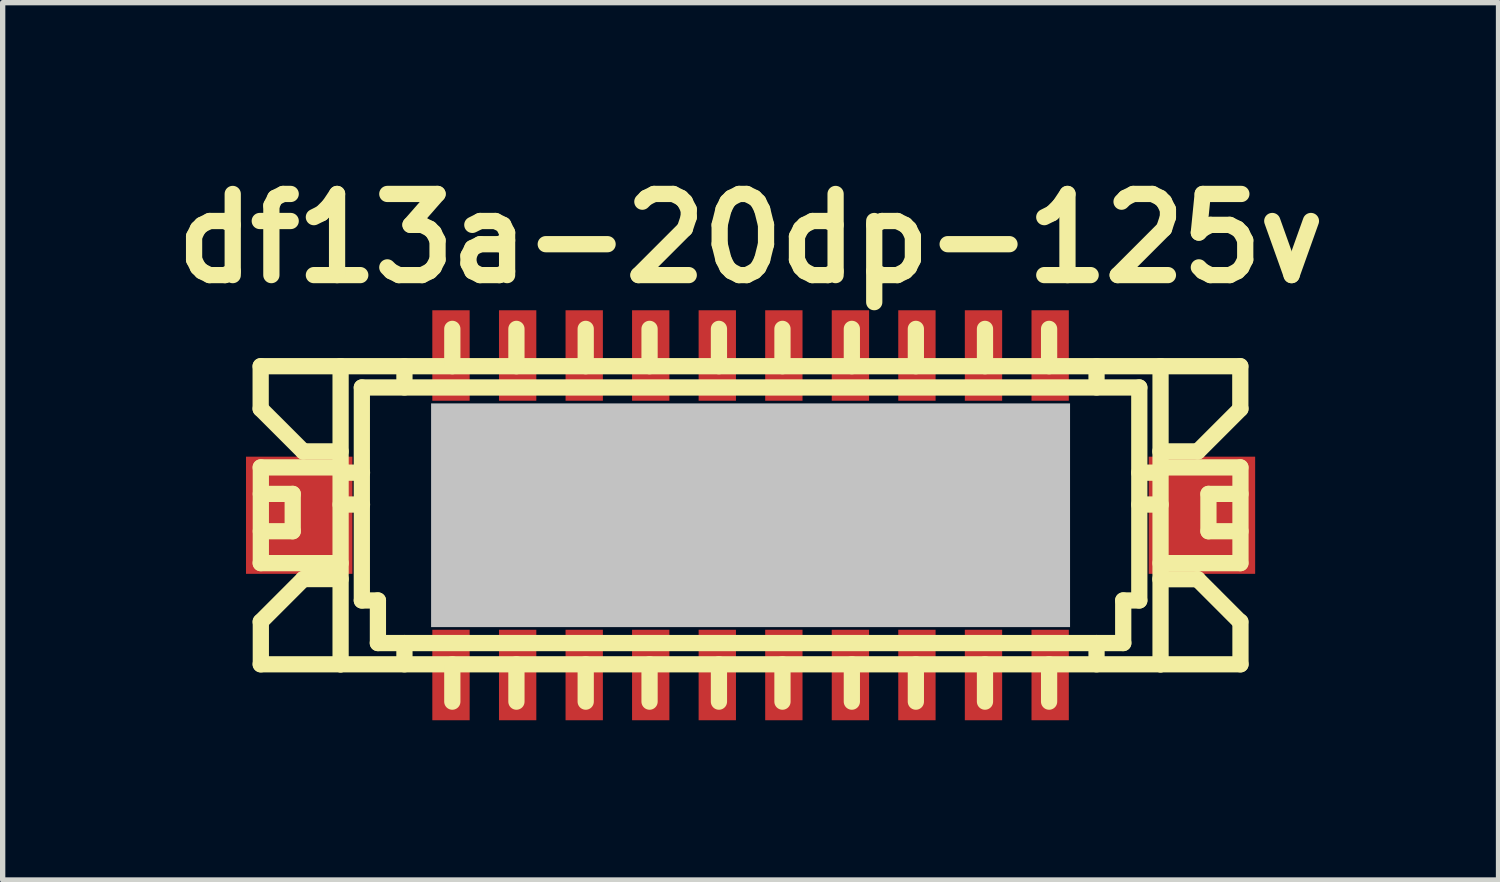
<source format=kicad_pcb>
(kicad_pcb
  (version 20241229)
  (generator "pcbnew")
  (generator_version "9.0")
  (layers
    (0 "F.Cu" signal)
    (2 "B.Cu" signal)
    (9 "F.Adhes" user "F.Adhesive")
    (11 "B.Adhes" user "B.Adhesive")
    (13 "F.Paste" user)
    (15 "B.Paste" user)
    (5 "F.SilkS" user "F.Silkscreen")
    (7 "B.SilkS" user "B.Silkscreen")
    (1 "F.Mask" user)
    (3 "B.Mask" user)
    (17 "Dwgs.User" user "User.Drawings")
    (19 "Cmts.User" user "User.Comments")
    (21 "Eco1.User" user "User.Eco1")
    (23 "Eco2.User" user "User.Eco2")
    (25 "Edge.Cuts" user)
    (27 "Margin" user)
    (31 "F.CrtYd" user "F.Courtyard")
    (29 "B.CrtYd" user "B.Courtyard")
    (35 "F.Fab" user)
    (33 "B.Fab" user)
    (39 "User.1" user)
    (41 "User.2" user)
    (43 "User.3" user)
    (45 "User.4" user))
  (footprint "df13a-20dp-125v"
    (layer "F.Cu")
    (at 11.045 6.626)
    (property "Reference" "df13a-20dp-125v" (at 0 -5.199 0) (layer "F.SilkS") (effects (font (size 1.524 1.524) (thickness 0.305))))
    (attr through_hole)
    (fp_line (start -9.2 -2.799) (end -9.2 -1.999) (stroke (width 0.305) (type solid)) (layer "F.SilkS"))
    (fp_line (start -9.2 -1.999) (end -8.4 -1.199) (stroke (width 0.305) (type solid)) (layer "F.SilkS"))
    (fp_line (start -9.2 -0.899) (end -7.699 -0.899) (stroke (width 0.305) (type solid)) (layer "F.SilkS"))
    (fp_line (start -9.2 0.899) (end -7.699 0.899) (stroke (width 0.305) (type solid)) (layer "F.SilkS"))
    (fp_line (start -9.2 2.799) (end -7.699 2.799) (stroke (width 0.305) (type solid)) (layer "F.SilkS"))
    (fp_line (start -9.197 -0.401) (end -8.598 -0.401) (stroke (width 0.305) (type solid)) (layer "F.SilkS"))
    (fp_line (start -9.197 0.899) (end -9.197 -0.899) (stroke (width 0.305) (type solid)) (layer "F.SilkS"))
    (fp_line (start -9.197 2.799) (end -9.197 1.999) (stroke (width 0.305) (type solid)) (layer "F.SilkS"))
    (fp_line (start -8.598 -0.401) (end -8.598 0.3) (stroke (width 0.305) (type solid)) (layer "F.SilkS"))
    (fp_line (start -8.598 0.3) (end -9.197 0.3) (stroke (width 0.305) (type solid)) (layer "F.SilkS"))
    (fp_line (start -8.4 -1.199) (end -7.699 -1.199) (stroke (width 0.305) (type solid)) (layer "F.SilkS"))
    (fp_line (start -8.4 1.199) (end -9.2 1.999) (stroke (width 0.305) (type solid)) (layer "F.SilkS"))
    (fp_line (start -7.699 -2.799) (end -9.2 -2.799) (stroke (width 0.305) (type solid)) (layer "F.SilkS"))
    (fp_line (start -7.699 -2.799) (end -7.699 2.799) (stroke (width 0.305) (type solid)) (layer "F.SilkS"))
    (fp_line (start -7.699 -2.799) (end 7.699 -2.799) (stroke (width 0.305) (type solid)) (layer "F.SilkS"))
    (fp_line (start -7.699 -0.8) (end -7.297 -0.8) (stroke (width 0.305) (type solid)) (layer "F.SilkS"))
    (fp_line (start -7.699 -0.201) (end -7.297 -0.201) (stroke (width 0.305) (type solid)) (layer "F.SilkS"))
    (fp_line (start -7.699 1.199) (end -8.4 1.199) (stroke (width 0.305) (type solid)) (layer "F.SilkS"))
    (fp_line (start -7.699 2.799) (end 7.699 2.799) (stroke (width 0.305) (type solid)) (layer "F.SilkS"))
    (fp_line (start -7.3 1.6) (end -7.3 -2.4) (stroke (width 0.305) (type solid)) (layer "F.SilkS"))
    (fp_line (start -6.998 1.6) (end -7.3 1.6) (stroke (width 0.305) (type solid)) (layer "F.SilkS"))
    (fp_line (start -6.998 2.4) (end -6.998 1.6) (stroke (width 0.305) (type solid)) (layer "F.SilkS"))
    (fp_line (start -6.5 -2.799) (end -6.5 -2.4) (stroke (width 0.305) (type solid)) (layer "F.SilkS"))
    (fp_line (start -6.5 2.4) (end -6.5 2.799) (stroke (width 0.305) (type solid)) (layer "F.SilkS"))
    (fp_line (start -5.7 -0.701) (end -5.7 -0.5) (stroke (width 0.305) (type solid)) (layer "F.SilkS"))
    (fp_line (start -5.7 -0.5) (end -5.499 -0.5) (stroke (width 0.305) (type solid)) (layer "F.SilkS"))
    (fp_line (start -5.7 0.498) (end -5.7 0.699) (stroke (width 0.305) (type solid)) (layer "F.SilkS"))
    (fp_line (start -5.7 0.699) (end -5.499 0.699) (stroke (width 0.305) (type solid)) (layer "F.SilkS"))
    (fp_line (start -5.601 -3.5) (end -5.601 -2.799) (stroke (width 0.305) (type solid)) (layer "F.SilkS"))
    (fp_line (start -5.601 2.799) (end -5.601 3.5) (stroke (width 0.305) (type solid)) (layer "F.SilkS"))
    (fp_line (start -5.499 -0.701) (end -5.7 -0.701) (stroke (width 0.305) (type solid)) (layer "F.SilkS"))
    (fp_line (start -5.499 -0.5) (end -5.499 -0.701) (stroke (width 0.305) (type solid)) (layer "F.SilkS"))
    (fp_line (start -5.499 0.498) (end -5.7 0.498) (stroke (width 0.305) (type solid)) (layer "F.SilkS"))
    (fp_line (start -5.499 0.699) (end -5.499 0.498) (stroke (width 0.305) (type solid)) (layer "F.SilkS"))
    (fp_line (start -4.498 -0.699) (end -4.3 -0.699) (stroke (width 0.305) (type solid)) (layer "F.SilkS"))
    (fp_line (start -4.498 -0.5) (end -4.498 -0.699) (stroke (width 0.305) (type solid)) (layer "F.SilkS"))
    (fp_line (start -4.498 0.5) (end -4.3 0.5) (stroke (width 0.305) (type solid)) (layer "F.SilkS"))
    (fp_line (start -4.498 0.699) (end -4.498 0.5) (stroke (width 0.305) (type solid)) (layer "F.SilkS"))
    (fp_line (start -4.397 -3.5) (end -4.397 -2.799) (stroke (width 0.305) (type solid)) (layer "F.SilkS"))
    (fp_line (start -4.397 2.799) (end -4.397 3.5) (stroke (width 0.305) (type solid)) (layer "F.SilkS"))
    (fp_line (start -4.3 -0.699) (end -4.3 -0.5) (stroke (width 0.305) (type solid)) (layer "F.SilkS"))
    (fp_line (start -4.3 -0.5) (end -4.498 -0.5) (stroke (width 0.305) (type solid)) (layer "F.SilkS"))
    (fp_line (start -4.3 0.5) (end -4.3 0.699) (stroke (width 0.305) (type solid)) (layer "F.SilkS"))
    (fp_line (start -4.3 0.699) (end -4.498 0.699) (stroke (width 0.305) (type solid)) (layer "F.SilkS"))
    (fp_line (start -3.2 -0.699) (end -3.002 -0.699) (stroke (width 0.305) (type solid)) (layer "F.SilkS"))
    (fp_line (start -3.2 -0.5) (end -3.2 -0.699) (stroke (width 0.305) (type solid)) (layer "F.SilkS"))
    (fp_line (start -3.2 0.5) (end -3.002 0.5) (stroke (width 0.305) (type solid)) (layer "F.SilkS"))
    (fp_line (start -3.2 0.699) (end -3.2 0.5) (stroke (width 0.305) (type solid)) (layer "F.SilkS"))
    (fp_line (start -3.096 -3.5) (end -3.096 -2.799) (stroke (width 0.305) (type solid)) (layer "F.SilkS"))
    (fp_line (start -3.096 2.799) (end -3.096 3.5) (stroke (width 0.305) (type solid)) (layer "F.SilkS"))
    (fp_line (start -3.002 -0.699) (end -3.002 -0.5) (stroke (width 0.305) (type solid)) (layer "F.SilkS"))
    (fp_line (start -3.002 -0.5) (end -3.2 -0.5) (stroke (width 0.305) (type solid)) (layer "F.SilkS"))
    (fp_line (start -3.002 0.5) (end -3.002 0.699) (stroke (width 0.305) (type solid)) (layer "F.SilkS"))
    (fp_line (start -3.002 0.699) (end -3.2 0.699) (stroke (width 0.305) (type solid)) (layer "F.SilkS"))
    (fp_line (start -1.999 -0.699) (end -1.801 -0.699) (stroke (width 0.305) (type solid)) (layer "F.SilkS"))
    (fp_line (start -1.999 -0.5) (end -1.999 -0.699) (stroke (width 0.305) (type solid)) (layer "F.SilkS"))
    (fp_line (start -1.999 0.5) (end -1.801 0.5) (stroke (width 0.305) (type solid)) (layer "F.SilkS"))
    (fp_line (start -1.999 0.699) (end -1.999 0.5) (stroke (width 0.305) (type solid)) (layer "F.SilkS"))
    (fp_line (start -1.897 -3.5) (end -1.897 -2.799) (stroke (width 0.305) (type solid)) (layer "F.SilkS"))
    (fp_line (start -1.897 2.799) (end -1.897 3.5) (stroke (width 0.305) (type solid)) (layer "F.SilkS"))
    (fp_line (start -1.801 -0.699) (end -1.801 -0.5) (stroke (width 0.305) (type solid)) (layer "F.SilkS"))
    (fp_line (start -1.801 -0.5) (end -1.999 -0.5) (stroke (width 0.305) (type solid)) (layer "F.SilkS"))
    (fp_line (start -1.801 0.5) (end -1.801 0.699) (stroke (width 0.305) (type solid)) (layer "F.SilkS"))
    (fp_line (start -1.801 0.699) (end -1.999 0.699) (stroke (width 0.305) (type solid)) (layer "F.SilkS"))
    (fp_line (start -0.696 -0.701) (end -0.495 -0.701) (stroke (width 0.305) (type solid)) (layer "F.SilkS"))
    (fp_line (start -0.696 -0.5) (end -0.696 -0.701) (stroke (width 0.305) (type solid)) (layer "F.SilkS"))
    (fp_line (start -0.696 0.498) (end -0.495 0.498) (stroke (width 0.305) (type solid)) (layer "F.SilkS"))
    (fp_line (start -0.696 0.699) (end -0.696 0.498) (stroke (width 0.305) (type solid)) (layer "F.SilkS"))
    (fp_line (start -0.594 -3.5) (end -0.594 -2.799) (stroke (width 0.305) (type solid)) (layer "F.SilkS"))
    (fp_line (start -0.594 2.799) (end -0.594 3.5) (stroke (width 0.305) (type solid)) (layer "F.SilkS"))
    (fp_line (start -0.495 -0.701) (end -0.495 -0.5) (stroke (width 0.305) (type solid)) (layer "F.SilkS"))
    (fp_line (start -0.495 -0.5) (end -0.696 -0.5) (stroke (width 0.305) (type solid)) (layer "F.SilkS"))
    (fp_line (start -0.495 0.498) (end -0.495 0.699) (stroke (width 0.305) (type solid)) (layer "F.SilkS"))
    (fp_line (start -0.495 0.699) (end -0.696 0.699) (stroke (width 0.305) (type solid)) (layer "F.SilkS"))
    (fp_line (start 0.5 -0.704) (end 0.5 -0.503) (stroke (width 0.305) (type solid)) (layer "F.SilkS"))
    (fp_line (start 0.5 -0.503) (end 0.701 -0.503) (stroke (width 0.305) (type solid)) (layer "F.SilkS"))
    (fp_line (start 0.5 0.495) (end 0.5 0.696) (stroke (width 0.305) (type solid)) (layer "F.SilkS"))
    (fp_line (start 0.5 0.696) (end 0.701 0.696) (stroke (width 0.305) (type solid)) (layer "F.SilkS"))
    (fp_line (start 0.599 -3.5) (end 0.599 -2.799) (stroke (width 0.305) (type solid)) (layer "F.SilkS"))
    (fp_line (start 0.599 2.799) (end 0.599 3.5) (stroke (width 0.305) (type solid)) (layer "F.SilkS"))
    (fp_line (start 0.701 -0.704) (end 0.5 -0.704) (stroke (width 0.305) (type solid)) (layer "F.SilkS"))
    (fp_line (start 0.701 -0.503) (end 0.701 -0.704) (stroke (width 0.305) (type solid)) (layer "F.SilkS"))
    (fp_line (start 0.701 0.495) (end 0.5 0.495) (stroke (width 0.305) (type solid)) (layer "F.SilkS"))
    (fp_line (start 0.701 0.696) (end 0.701 0.495) (stroke (width 0.305) (type solid)) (layer "F.SilkS"))
    (fp_line (start 1.801 -0.701) (end 1.999 -0.701) (stroke (width 0.305) (type solid)) (layer "F.SilkS"))
    (fp_line (start 1.801 -0.503) (end 1.801 -0.701) (stroke (width 0.305) (type solid)) (layer "F.SilkS"))
    (fp_line (start 1.801 0.498) (end 1.999 0.498) (stroke (width 0.305) (type solid)) (layer "F.SilkS"))
    (fp_line (start 1.801 0.696) (end 1.801 0.498) (stroke (width 0.305) (type solid)) (layer "F.SilkS"))
    (fp_line (start 1.902 -3.5) (end 1.902 -2.799) (stroke (width 0.305) (type solid)) (layer "F.SilkS"))
    (fp_line (start 1.902 2.799) (end 1.902 3.5) (stroke (width 0.305) (type solid)) (layer "F.SilkS"))
    (fp_line (start 1.999 -0.701) (end 1.999 -0.503) (stroke (width 0.305) (type solid)) (layer "F.SilkS"))
    (fp_line (start 1.999 -0.503) (end 1.801 -0.503) (stroke (width 0.305) (type solid)) (layer "F.SilkS"))
    (fp_line (start 1.999 0.498) (end 1.999 0.696) (stroke (width 0.305) (type solid)) (layer "F.SilkS"))
    (fp_line (start 1.999 0.696) (end 1.801 0.696) (stroke (width 0.305) (type solid)) (layer "F.SilkS"))
    (fp_line (start 3 -0.701) (end 3.198 -0.701) (stroke (width 0.305) (type solid)) (layer "F.SilkS"))
    (fp_line (start 3 -0.503) (end 3 -0.701) (stroke (width 0.305) (type solid)) (layer "F.SilkS"))
    (fp_line (start 3 0.498) (end 3.198 0.498) (stroke (width 0.305) (type solid)) (layer "F.SilkS"))
    (fp_line (start 3 0.696) (end 3 0.498) (stroke (width 0.305) (type solid)) (layer "F.SilkS"))
    (fp_line (start 3.104 -3.5) (end 3.104 -2.799) (stroke (width 0.305) (type solid)) (layer "F.SilkS"))
    (fp_line (start 3.104 2.799) (end 3.104 3.5) (stroke (width 0.305) (type solid)) (layer "F.SilkS"))
    (fp_line (start 3.198 -0.701) (end 3.198 -0.503) (stroke (width 0.305) (type solid)) (layer "F.SilkS"))
    (fp_line (start 3.198 -0.503) (end 3 -0.503) (stroke (width 0.305) (type solid)) (layer "F.SilkS"))
    (fp_line (start 3.198 0.498) (end 3.198 0.696) (stroke (width 0.305) (type solid)) (layer "F.SilkS"))
    (fp_line (start 3.198 0.696) (end 3 0.696) (stroke (width 0.305) (type solid)) (layer "F.SilkS"))
    (fp_line (start 4.298 -0.701) (end 4.496 -0.701) (stroke (width 0.305) (type solid)) (layer "F.SilkS"))
    (fp_line (start 4.298 -0.503) (end 4.298 -0.701) (stroke (width 0.305) (type solid)) (layer "F.SilkS"))
    (fp_line (start 4.298 0.498) (end 4.496 0.498) (stroke (width 0.305) (type solid)) (layer "F.SilkS"))
    (fp_line (start 4.298 0.696) (end 4.298 0.498) (stroke (width 0.305) (type solid)) (layer "F.SilkS"))
    (fp_line (start 4.402 -3.5) (end 4.402 -2.799) (stroke (width 0.305) (type solid)) (layer "F.SilkS"))
    (fp_line (start 4.402 2.799) (end 4.402 3.5) (stroke (width 0.305) (type solid)) (layer "F.SilkS"))
    (fp_line (start 4.496 -0.701) (end 4.496 -0.503) (stroke (width 0.305) (type solid)) (layer "F.SilkS"))
    (fp_line (start 4.496 -0.503) (end 4.298 -0.503) (stroke (width 0.305) (type solid)) (layer "F.SilkS"))
    (fp_line (start 4.496 0.498) (end 4.496 0.696) (stroke (width 0.305) (type solid)) (layer "F.SilkS"))
    (fp_line (start 4.496 0.696) (end 4.298 0.696) (stroke (width 0.305) (type solid)) (layer "F.SilkS"))
    (fp_line (start 5.502 -0.704) (end 5.702 -0.704) (stroke (width 0.305) (type solid)) (layer "F.SilkS"))
    (fp_line (start 5.502 -0.503) (end 5.502 -0.704) (stroke (width 0.305) (type solid)) (layer "F.SilkS"))
    (fp_line (start 5.502 0.495) (end 5.702 0.495) (stroke (width 0.305) (type solid)) (layer "F.SilkS"))
    (fp_line (start 5.502 0.696) (end 5.502 0.495) (stroke (width 0.305) (type solid)) (layer "F.SilkS"))
    (fp_line (start 5.606 -3.5) (end 5.606 -2.799) (stroke (width 0.305) (type solid)) (layer "F.SilkS"))
    (fp_line (start 5.606 2.799) (end 5.606 3.5) (stroke (width 0.305) (type solid)) (layer "F.SilkS"))
    (fp_line (start 5.702 -0.704) (end 5.702 -0.503) (stroke (width 0.305) (type solid)) (layer "F.SilkS"))
    (fp_line (start 5.702 -0.503) (end 5.502 -0.503) (stroke (width 0.305) (type solid)) (layer "F.SilkS"))
    (fp_line (start 5.702 0.495) (end 5.702 0.696) (stroke (width 0.305) (type solid)) (layer "F.SilkS"))
    (fp_line (start 5.702 0.696) (end 5.502 0.696) (stroke (width 0.305) (type solid)) (layer "F.SilkS"))
    (fp_line (start 6.497 -2.799) (end 6.497 -2.4) (stroke (width 0.305) (type solid)) (layer "F.SilkS"))
    (fp_line (start 6.497 2.4) (end 6.497 2.799) (stroke (width 0.305) (type solid)) (layer "F.SilkS"))
    (fp_line (start 6.998 1.6) (end 6.998 2.4) (stroke (width 0.305) (type solid)) (layer "F.SilkS"))
    (fp_line (start 7 2.4) (end -7 2.4) (stroke (width 0.305) (type solid)) (layer "F.SilkS"))
    (fp_line (start 7.3 -2.4) (end -7.3 -2.4) (stroke (width 0.305) (type solid)) (layer "F.SilkS"))
    (fp_line (start 7.3 -2.4) (end 7.3 1.6) (stroke (width 0.305) (type solid)) (layer "F.SilkS"))
    (fp_line (start 7.3 -0.201) (end 7.701 -0.201) (stroke (width 0.305) (type solid)) (layer "F.SilkS"))
    (fp_line (start 7.3 1.6) (end 6.998 1.6) (stroke (width 0.305) (type solid)) (layer "F.SilkS"))
    (fp_line (start 7.696 -1.199) (end 8.397 -1.199) (stroke (width 0.305) (type solid)) (layer "F.SilkS"))
    (fp_line (start 7.696 1.201) (end 8.397 1.201) (stroke (width 0.305) (type solid)) (layer "F.SilkS"))
    (fp_line (start 7.699 2.799) (end 7.699 -2.799) (stroke (width 0.305) (type solid)) (layer "F.SilkS"))
    (fp_line (start 7.699 2.799) (end 9.2 2.799) (stroke (width 0.305) (type solid)) (layer "F.SilkS"))
    (fp_line (start 7.701 -0.8) (end 7.3 -0.8) (stroke (width 0.305) (type solid)) (layer "F.SilkS"))
    (fp_line (start 8.395 1.201) (end 9.195 2.002) (stroke (width 0.305) (type solid)) (layer "F.SilkS"))
    (fp_line (start 8.4 -1.199) (end 9.2 -1.999) (stroke (width 0.305) (type solid)) (layer "F.SilkS"))
    (fp_line (start 8.598 -0.401) (end 8.598 0.3) (stroke (width 0.305) (type solid)) (layer "F.SilkS"))
    (fp_line (start 8.6 -0.401) (end 9.2 -0.401) (stroke (width 0.305) (type solid)) (layer "F.SilkS"))
    (fp_line (start 8.6 0.3) (end 9.2 0.3) (stroke (width 0.305) (type solid)) (layer "F.SilkS"))
    (fp_line (start 9.197 -2.799) (end 7.696 -2.799) (stroke (width 0.305) (type solid)) (layer "F.SilkS"))
    (fp_line (start 9.197 -2.799) (end 9.197 -1.999) (stroke (width 0.305) (type solid)) (layer "F.SilkS"))
    (fp_line (start 9.197 -0.899) (end 7.699 -0.899) (stroke (width 0.305) (type solid)) (layer "F.SilkS"))
    (fp_line (start 9.197 0.899) (end 7.699 0.899) (stroke (width 0.305) (type solid)) (layer "F.SilkS"))
    (fp_line (start 9.2 -0.899) (end 9.2 0.899) (stroke (width 0.305) (type solid)) (layer "F.SilkS"))
    (fp_line (start 9.2 2.799) (end 9.2 1.999) (stroke (width 0.305) (type solid)) (layer "F.SilkS"))
    (pad "" smd rect (at -8.476 0) (size 1.999 2.2) (layers "F.Cu" "F.Mask" "F.Paste"))
    (pad "" smd rect (at 0 0) (size 11.999 4.201) (layers "Dwgs.User"))
    (pad "" smd rect (at 8.476 0) (size 1.999 2.2) (layers "F.Cu" "F.Mask" "F.Paste"))
    (pad "1" smd rect (at -5.626 -3) (size 0.701 1.699) (layers "F.Cu" "F.Mask" "F.Paste"))
    (pad "2" smd rect (at -5.626 3) (size 0.701 1.699) (layers "F.Cu" "F.Mask" "F.Paste"))
    (pad "3" smd rect (at -4.374 -3) (size 0.701 1.699) (layers "F.Cu" "F.Mask" "F.Paste"))
    (pad "4" smd rect (at -4.374 3) (size 0.701 1.699) (layers "F.Cu" "F.Mask" "F.Paste"))
    (pad "5" smd rect (at -3.124 -3) (size 0.701 1.699) (layers "F.Cu" "F.Mask" "F.Paste"))
    (pad "6" smd rect (at -3.124 3) (size 0.701 1.699) (layers "F.Cu" "F.Mask" "F.Paste"))
    (pad "7" smd rect (at -1.875 -3) (size 0.701 1.699) (layers "F.Cu" "F.Mask" "F.Paste"))
    (pad "8" smd rect (at -1.875 3) (size 0.701 1.699) (layers "F.Cu" "F.Mask" "F.Paste"))
    (pad "9" smd rect (at -0.625 -3) (size 0.701 1.699) (layers "F.Cu" "F.Mask" "F.Paste"))
    (pad "10" smd rect (at -0.625 3) (size 0.701 1.699) (layers "F.Cu" "F.Mask" "F.Paste"))
    (pad "11" smd rect (at 0.625 -3) (size 0.701 1.699) (layers "F.Cu" "F.Mask" "F.Paste"))
    (pad "12" smd rect (at 0.625 3) (size 0.701 1.699) (layers "F.Cu" "F.Mask" "F.Paste"))
    (pad "13" smd rect (at 1.875 -3) (size 0.701 1.699) (layers "F.Cu" "F.Mask" "F.Paste"))
    (pad "14" smd rect (at 1.875 3) (size 0.701 1.699) (layers "F.Cu" "F.Mask" "F.Paste"))
    (pad "15" smd rect (at 3.124 -3) (size 0.701 1.699) (layers "F.Cu" "F.Mask" "F.Paste"))
    (pad "16" smd rect (at 3.124 3) (size 0.701 1.699) (layers "F.Cu" "F.Mask" "F.Paste"))
    (pad "17" smd rect (at 4.374 -3) (size 0.701 1.699) (layers "F.Cu" "F.Mask" "F.Paste"))
    (pad "18" smd rect (at 4.374 3) (size 0.701 1.699) (layers "F.Cu" "F.Mask" "F.Paste"))
    (pad "19" smd rect (at 5.626 -3) (size 0.701 1.699) (layers "F.Cu" "F.Mask" "F.Paste"))
    (pad "20" smd rect (at 5.626 3) (size 0.701 1.699) (layers "F.Cu" "F.Mask" "F.Paste")))
  (gr_rect
    (start -3 -3)
    (end 25.091 13.475)
    (stroke (width 0.1) (type default))
    (fill no)
    (layer "Edge.Cuts")))
</source>
